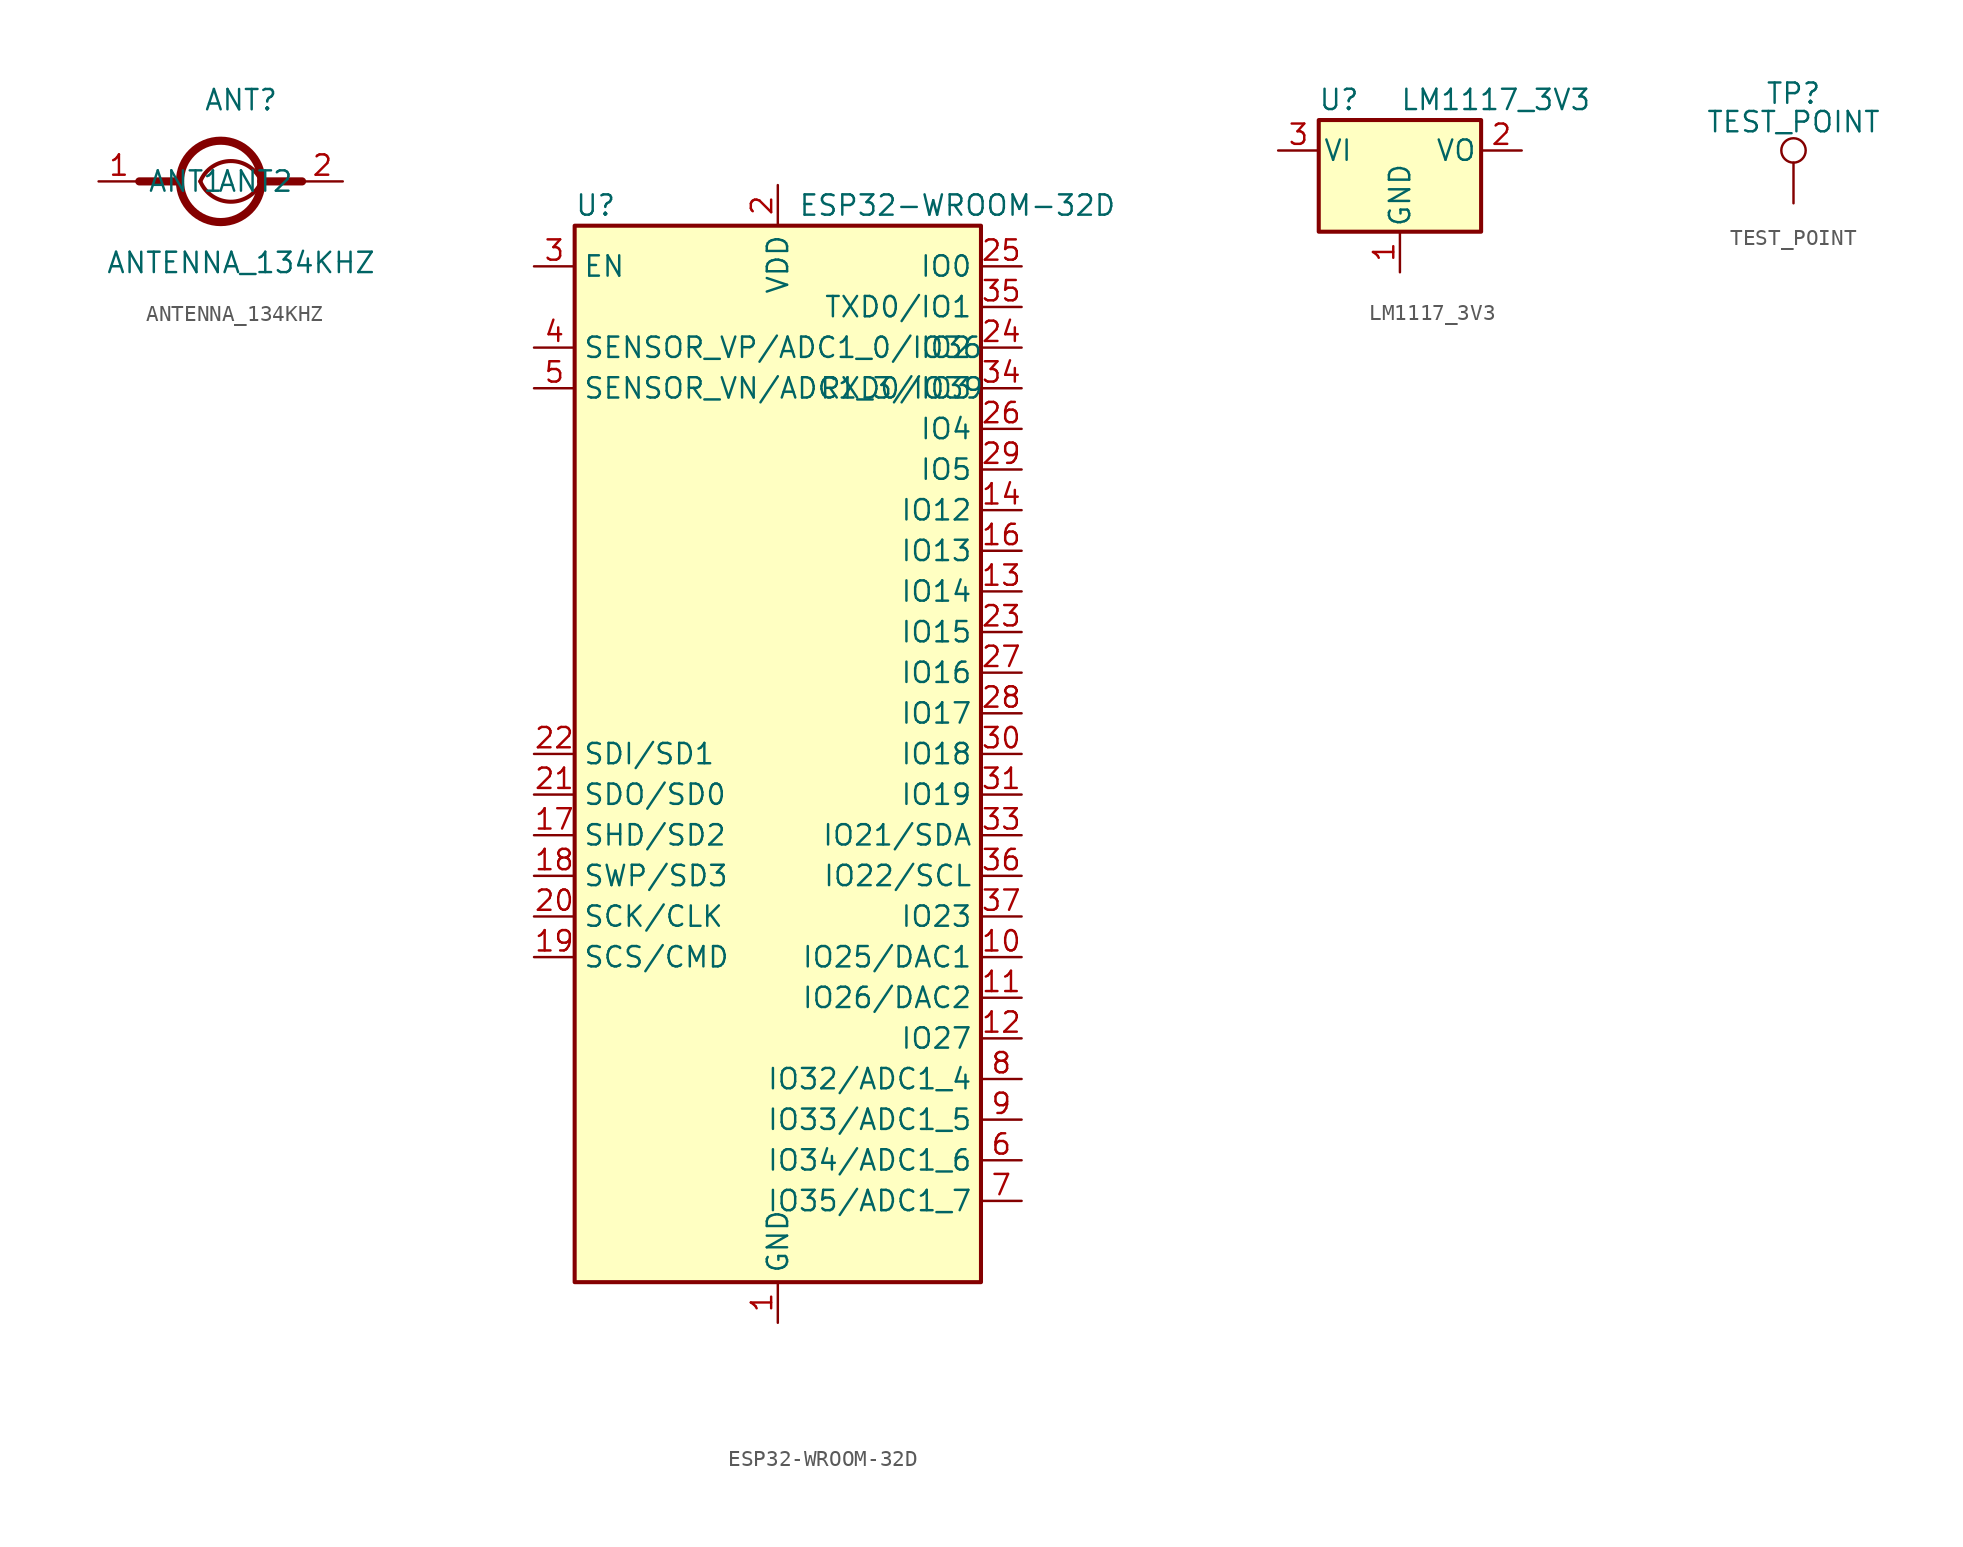
<source format=kicad_sym>
(kicad_symbol_lib
  (version 20220914)
  (generator kicad_symbol_editor)
  (symbol "RFID_Custom:ANTENNA_134KHZ"
    (property "Reference" "ANT"
      (at 0 5.08 0)
      (effects (font (size 1.27 1.27))))
    (property "Value" "ANTENNA_134KHZ"
      (at 0 -5.08 0)
      (effects (font (size 1.27 1.27))))
    (symbol "ANTENNA_134KHZ_0_1"
      (arc (start -3.81 0) (mid -1.27 -2.54) (end 1.27 0) (stroke (width 0.508) (type default)) (fill (type none)))
      (arc (start -3.81 0) (mid -1.27 2.54) (end 1.27 0) (stroke (width 0.508) (type default)) (fill (type none)))
      (arc (start -2.54 0) (mid -0.635 -1.27) (end 1.27 0) (stroke (width 0.254) (type default)) (fill (type none)))
      (arc (start -2.54 0) (mid -0.635 1.27) (end 1.27 0) (stroke (width 0.254) (type default)) (fill (type none)))
      (polyline (pts (xy 1.27 0) (xy 3.81 0)) (stroke (width 0.508) (type default)) (fill (type none)))
      (polyline (pts (xy -3.81 0) (xy -6.35 0)) (stroke (width 0.508) (type default)) (fill (type none))))
    (symbol "ANTENNA_134KHZ_1_1"
      (pin passive line (at -8.89 0 0) (length 2.54) (name "ANT1" (effects (font (size 1.27 1.27)))) (number "1" (effects (font (size 1.27 1.27)))))
      (pin passive line (at 6.35 0 180) (length 2.54) (name "ANT2" (effects (font (size 1.27 1.27)))) (number "2" (effects (font (size 1.27 1.27)))))))
  (symbol "RFID_Custom:ESP32-WROOM-32D"
    (property "Reference" "U"
      (at -12.7 34.29 0)
      (effects (font (size 1.27 1.27)) (justify left)))
    (property "Value" "ESP32-WROOM-32D"
      (at 1.27 34.29 0)
      (effects (font (size 1.27 1.27)) (justify left)))
    (symbol "ESP32-WROOM-32D_0_1"
      (rectangle (start -12.7 33.02) (end 12.7 -33.02) (stroke (width 0.254) (type default)) (fill (type background))))
    (symbol "ESP32-WROOM-32D_1_1"
      (pin power_in line (at 0 -35.56 90) (length 2.54) (name "GND" (effects (font (size 1.27 1.27)))) (number "1" (effects (font (size 1.27 1.27)))))
      (pin bidirectional line (at 15.24 -12.7 180) (length 2.54) (name "IO25/DAC1" (effects (font (size 1.27 1.27)))) (number "10" (effects (font (size 1.27 1.27)))))
      (pin bidirectional line (at 15.24 -15.24 180) (length 2.54) (name "IO26/DAC2" (effects (font (size 1.27 1.27)))) (number "11" (effects (font (size 1.27 1.27)))))
      (pin bidirectional line (at 15.24 -17.78 180) (length 2.54) (name "IO27" (effects (font (size 1.27 1.27)))) (number "12" (effects (font (size 1.27 1.27)))))
      (pin bidirectional line (at 15.24 10.16 180) (length 2.54) (name "IO14" (effects (font (size 1.27 1.27)))) (number "13" (effects (font (size 1.27 1.27)))))
      (pin bidirectional line (at 15.24 15.24 180) (length 2.54) (name "IO12" (effects (font (size 1.27 1.27)))) (number "14" (effects (font (size 1.27 1.27)))))
      (pin power_in line (at 0 -35.56 90) (length 2.54) hide (name "GND" (effects (font (size 1.27 1.27)))) (number "15" (effects (font (size 1.27 1.27)))))
      (pin bidirectional line (at 15.24 12.7 180) (length 2.54) (name "IO13" (effects (font (size 1.27 1.27)))) (number "16" (effects (font (size 1.27 1.27)))))
      (pin bidirectional line (at -15.24 -5.08 0) (length 2.54) (name "SHD/SD2" (effects (font (size 1.27 1.27)))) (number "17" (effects (font (size 1.27 1.27)))))
      (pin bidirectional line (at -15.24 -7.62 0) (length 2.54) (name "SWP/SD3" (effects (font (size 1.27 1.27)))) (number "18" (effects (font (size 1.27 1.27)))))
      (pin bidirectional line (at -15.24 -12.7 0) (length 2.54) (name "SCS/CMD" (effects (font (size 1.27 1.27)))) (number "19" (effects (font (size 1.27 1.27)))))
      (pin power_in line (at 0 35.56 270) (length 2.54) (name "VDD" (effects (font (size 1.27 1.27)))) (number "2" (effects (font (size 1.27 1.27)))))
      (pin bidirectional line (at -15.24 -10.16 0) (length 2.54) (name "SCK/CLK" (effects (font (size 1.27 1.27)))) (number "20" (effects (font (size 1.27 1.27)))))
      (pin bidirectional line (at -15.24 -2.54 0) (length 2.54) (name "SDO/SD0" (effects (font (size 1.27 1.27)))) (number "21" (effects (font (size 1.27 1.27)))))
      (pin bidirectional line (at -15.24 0 0) (length 2.54) (name "SDI/SD1" (effects (font (size 1.27 1.27)))) (number "22" (effects (font (size 1.27 1.27)))))
      (pin bidirectional line (at 15.24 7.62 180) (length 2.54) (name "IO15" (effects (font (size 1.27 1.27)))) (number "23" (effects (font (size 1.27 1.27)))))
      (pin bidirectional line (at 15.24 25.4 180) (length 2.54) (name "IO2" (effects (font (size 1.27 1.27)))) (number "24" (effects (font (size 1.27 1.27)))))
      (pin bidirectional line (at 15.24 30.48 180) (length 2.54) (name "IO0" (effects (font (size 1.27 1.27)))) (number "25" (effects (font (size 1.27 1.27)))))
      (pin bidirectional line (at 15.24 20.32 180) (length 2.54) (name "IO4" (effects (font (size 1.27 1.27)))) (number "26" (effects (font (size 1.27 1.27)))))
      (pin bidirectional line (at 15.24 5.08 180) (length 2.54) (name "IO16" (effects (font (size 1.27 1.27)))) (number "27" (effects (font (size 1.27 1.27)))))
      (pin bidirectional line (at 15.24 2.54 180) (length 2.54) (name "IO17" (effects (font (size 1.27 1.27)))) (number "28" (effects (font (size 1.27 1.27)))))
      (pin bidirectional line (at 15.24 17.78 180) (length 2.54) (name "IO5" (effects (font (size 1.27 1.27)))) (number "29" (effects (font (size 1.27 1.27)))))
      (pin input line (at -15.24 30.48 0) (length 2.54) (name "EN" (effects (font (size 1.27 1.27)))) (number "3" (effects (font (size 1.27 1.27)))))
      (pin bidirectional line (at 15.24 0 180) (length 2.54) (name "IO18" (effects (font (size 1.27 1.27)))) (number "30" (effects (font (size 1.27 1.27)))))
      (pin bidirectional line (at 15.24 -2.54 180) (length 2.54) (name "IO19" (effects (font (size 1.27 1.27)))) (number "31" (effects (font (size 1.27 1.27)))))
      (pin no_connect line (at -12.7 -17.78 0) (length 2.54) hide (name "NC" (effects (font (size 1.27 1.27)))) (number "32" (effects (font (size 1.27 1.27)))))
      (pin bidirectional line (at 15.24 -5.08 180) (length 2.54) (name "IO21/SDA" (effects (font (size 1.27 1.27)))) (number "33" (effects (font (size 1.27 1.27)))))
      (pin bidirectional line (at 15.24 22.86 180) (length 2.54) (name "RXD0/IO3" (effects (font (size 1.27 1.27)))) (number "34" (effects (font (size 1.27 1.27)))))
      (pin bidirectional line (at 15.24 27.94 180) (length 2.54) (name "TXD0/IO1" (effects (font (size 1.27 1.27)))) (number "35" (effects (font (size 1.27 1.27)))))
      (pin bidirectional line (at 15.24 -7.62 180) (length 2.54) (name "IO22/SCL" (effects (font (size 1.27 1.27)))) (number "36" (effects (font (size 1.27 1.27)))))
      (pin bidirectional line (at 15.24 -10.16 180) (length 2.54) (name "IO23" (effects (font (size 1.27 1.27)))) (number "37" (effects (font (size 1.27 1.27)))))
      (pin power_in line (at 0 -35.56 90) (length 2.54) hide (name "GND" (effects (font (size 1.27 1.27)))) (number "38" (effects (font (size 1.27 1.27)))))
      (pin input line (at -15.24 25.4 0) (length 2.54) (name "SENSOR_VP/ADC1_0/IO36" (effects (font (size 1.27 1.27)))) (number "4" (effects (font (size 1.27 1.27)))))
      (pin input line (at -15.24 22.86 0) (length 2.54) (name "SENSOR_VN/ADC1_3/IO39" (effects (font (size 1.27 1.27)))) (number "5" (effects (font (size 1.27 1.27)))))
      (pin input line (at 15.24 -25.4 180) (length 2.54) (name "IO34/ADC1_6" (effects (font (size 1.27 1.27)))) (number "6" (effects (font (size 1.27 1.27)))))
      (pin input line (at 15.24 -27.94 180) (length 2.54) (name "IO35/ADC1_7" (effects (font (size 1.27 1.27)))) (number "7" (effects (font (size 1.27 1.27)))))
      (pin bidirectional line (at 15.24 -20.32 180) (length 2.54) (name "IO32/ADC1_4" (effects (font (size 1.27 1.27)))) (number "8" (effects (font (size 1.27 1.27)))))
      (pin bidirectional line (at 15.24 -22.86 180) (length 2.54) (name "IO33/ADC1_5" (effects (font (size 1.27 1.27)))) (number "9" (effects (font (size 1.27 1.27)))))))
  (symbol "RFID_Custom:LM1117_3V3"
    (pin_names
      (offset 0.254))
    (property "Reference" "U"
      (at -3.81 3.175 0)
      (effects (font (size 1.27 1.27))))
    (property "Value" "LM1117_3V3"
      (at 0 3.175 0)
      (effects (font (size 1.27 1.27)) (justify left)))
    (symbol "LM1117_3V3_0_1"
      (rectangle (start -5.08 1.905) (end 5.08 -5.08) (stroke (width 0.254) (type default)) (fill (type background))))
    (symbol "LM1117_3V3_1_1"
      (pin power_out line (at 0 -7.62 90) (length 2.54) (name "GND" (effects (font (size 1.27 1.27)))) (number "1" (effects (font (size 1.27 1.27)))))
      (pin power_out line (at 7.62 0 180) (length 2.54) (name "VO" (effects (font (size 1.27 1.27)))) (number "2" (effects (font (size 1.27 1.27)))))
      (pin power_in line (at -7.62 0 0) (length 2.54) (name "VI" (effects (font (size 1.27 1.27)))) (number "3" (effects (font (size 1.27 1.27)))))))
  (symbol "RFID_Custom:TEST_POINT"
    (pin_numbers hide)
    (pin_names
      (offset 0.762) hide)
    (property "Reference" "TP"
      (at 0 6.858 0)
      (effects (font (size 1.27 1.27))))
    (property "Value" "TEST_POINT"
      (at 0 5.08 0)
      (effects (font (size 1.27 1.27))))
    (symbol "TEST_POINT_0_1"
      (circle (center 0 3.302) (radius 0.762) (stroke (width 0) (type default)) (fill (type none))))
    (symbol "TEST_POINT_1_1"
      (pin passive line (at 0 0 90) (length 2.54) (name "1" (effects (font (size 1.27 1.27)))) (number "1" (effects (font (size 1.27 1.27))))))))
</source>
